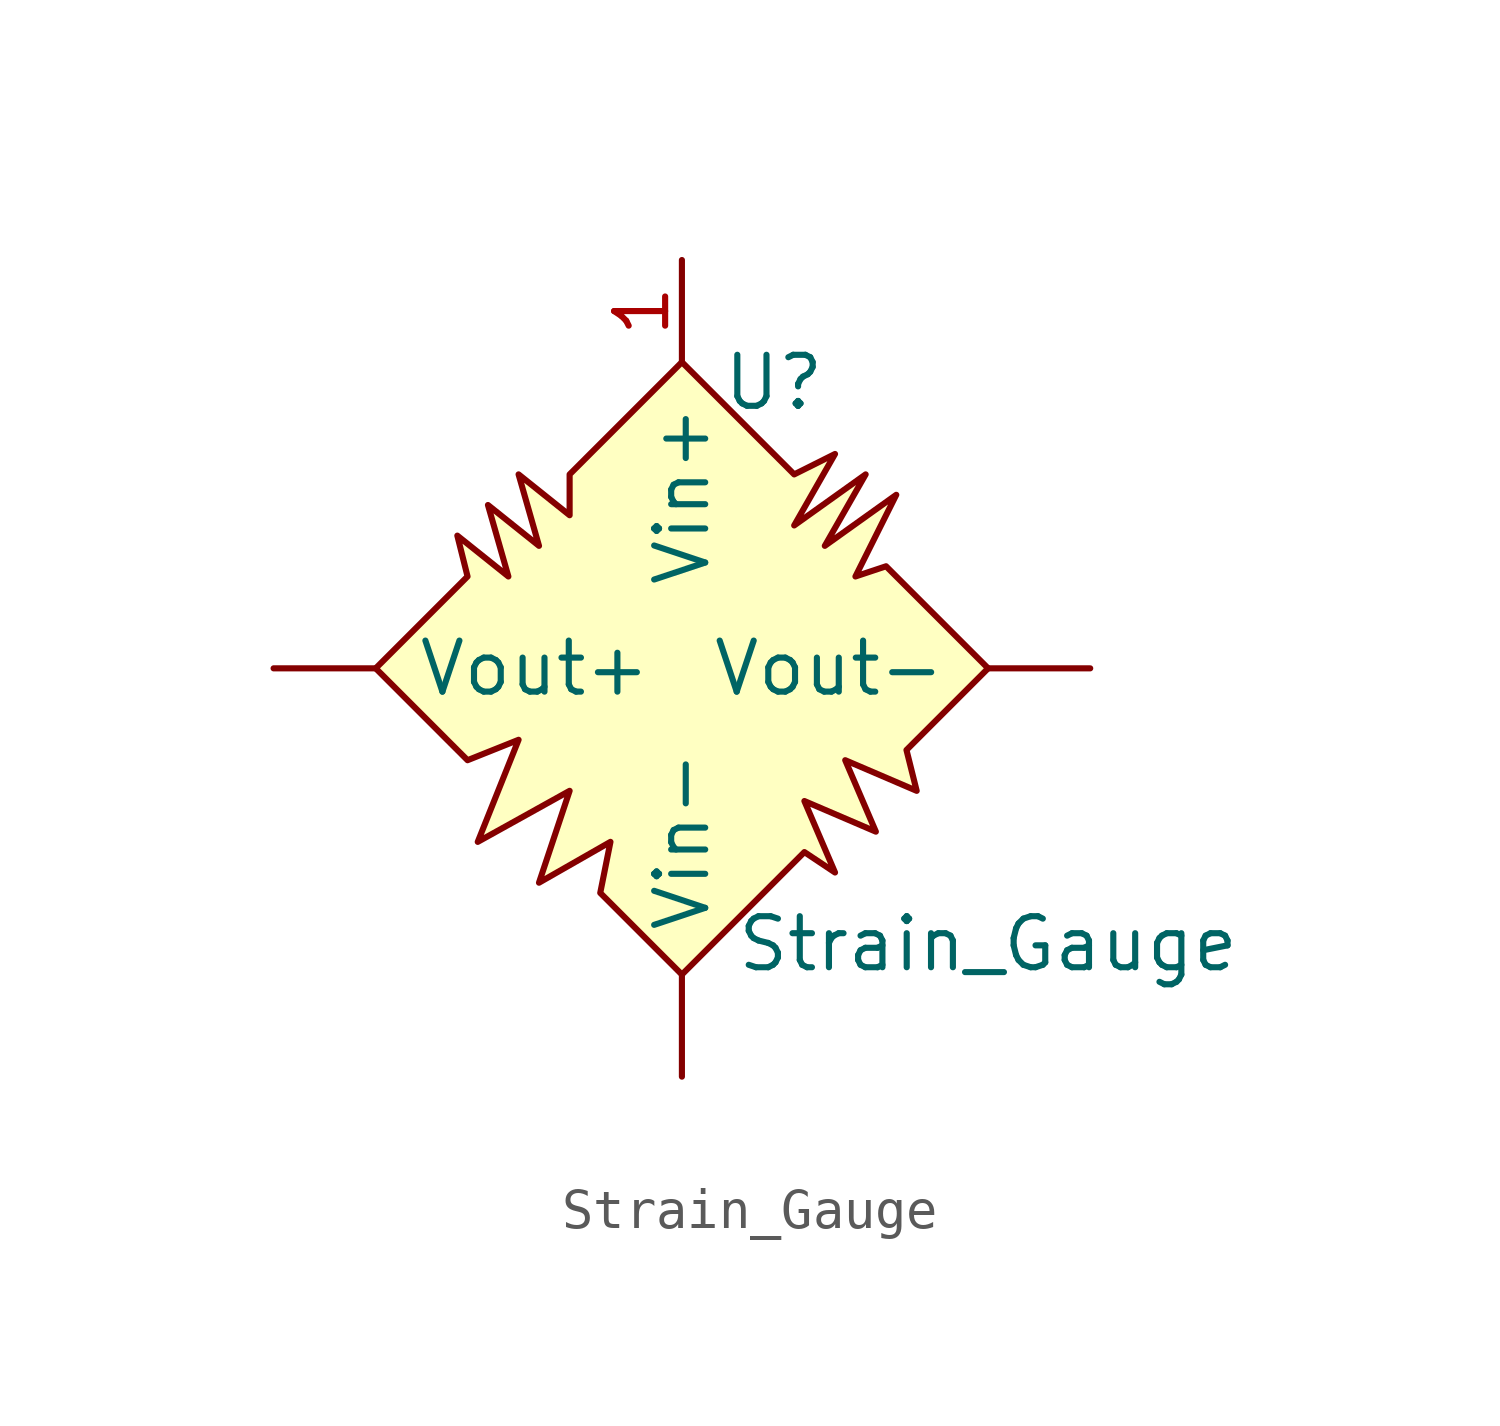
<source format=kicad_sym>
(kicad_symbol_lib
  (version 20211014)
  (generator kicad_symbol_editor)
  (symbol "Strain_Gauge"
    (pin_names
      (offset 1.016))
    (property "Reference" "U"
      (at 2.286 7.112 0)
      (effects (font (size 1.27 1.27))))
    (property "Value" "Strain_Gauge"
      (at 7.62 -6.858 0)
      (effects (font (size 1.27 1.27))))
    (symbol "Strain_Gauge_0_1"
      (polyline (pts (xy -7.62 0) (xy -5.334 2.286) (xy -5.588 3.302) (xy -4.318 2.286) (xy -4.826 4.064) (xy -3.556 3.048) (xy -4.064 4.826) (xy -2.794 3.81) (xy -2.794 4.826) (xy 0 7.62) (xy 2.794 4.826) (xy 3.81 5.334) (xy 2.794 3.556) (xy 4.572 4.826) (xy 3.556 3.048) (xy 5.334 4.318) (xy 4.318 2.286) (xy 5.08 2.54) (xy 7.62 0) (xy 5.588 -2.032) (xy 5.842 -3.048) (xy 4.064 -2.286) (xy 4.826 -4.064) (xy 3.048 -3.302) (xy 3.81 -5.08) (xy 3.048 -4.572) (xy 0 -7.62) (xy -2.032 -5.588) (xy -1.778 -4.318) (xy -3.556 -5.334) (xy -2.794 -3.048) (xy -5.08 -4.318) (xy -4.064 -1.778) (xy -5.334 -2.286) (xy -7.62 0)) (stroke (width 0) (type default) (color 0 0 0 0)) (fill (type background))))
    (symbol "Strain_Gauge_1_1"
      (pin input line (at 0 10.16 270) (length 2.54) (name "Vin+" (effects (font (size 1.27 1.27)))) (number "1" (effects (font (size 1.27 1.27)))))
      (pin input line (at 0 -10.16 90) (length 2.54) (name "Vin-" (effects (font (size 1.27 1.27)))) (number "~" (effects (font (size 1.27 1.27)))))
      (pin output line (at -10.16 0 0) (length 2.54) (name "Vout+" (effects (font (size 1.27 1.27)))) (number "~" (effects (font (size 1.27 1.27)))))
      (pin output line (at 10.16 0 180) (length 2.54) (name "Vout-" (effects (font (size 1.27 1.27)))) (number "~" (effects (font (size 1.27 1.27))))))))
</source>
